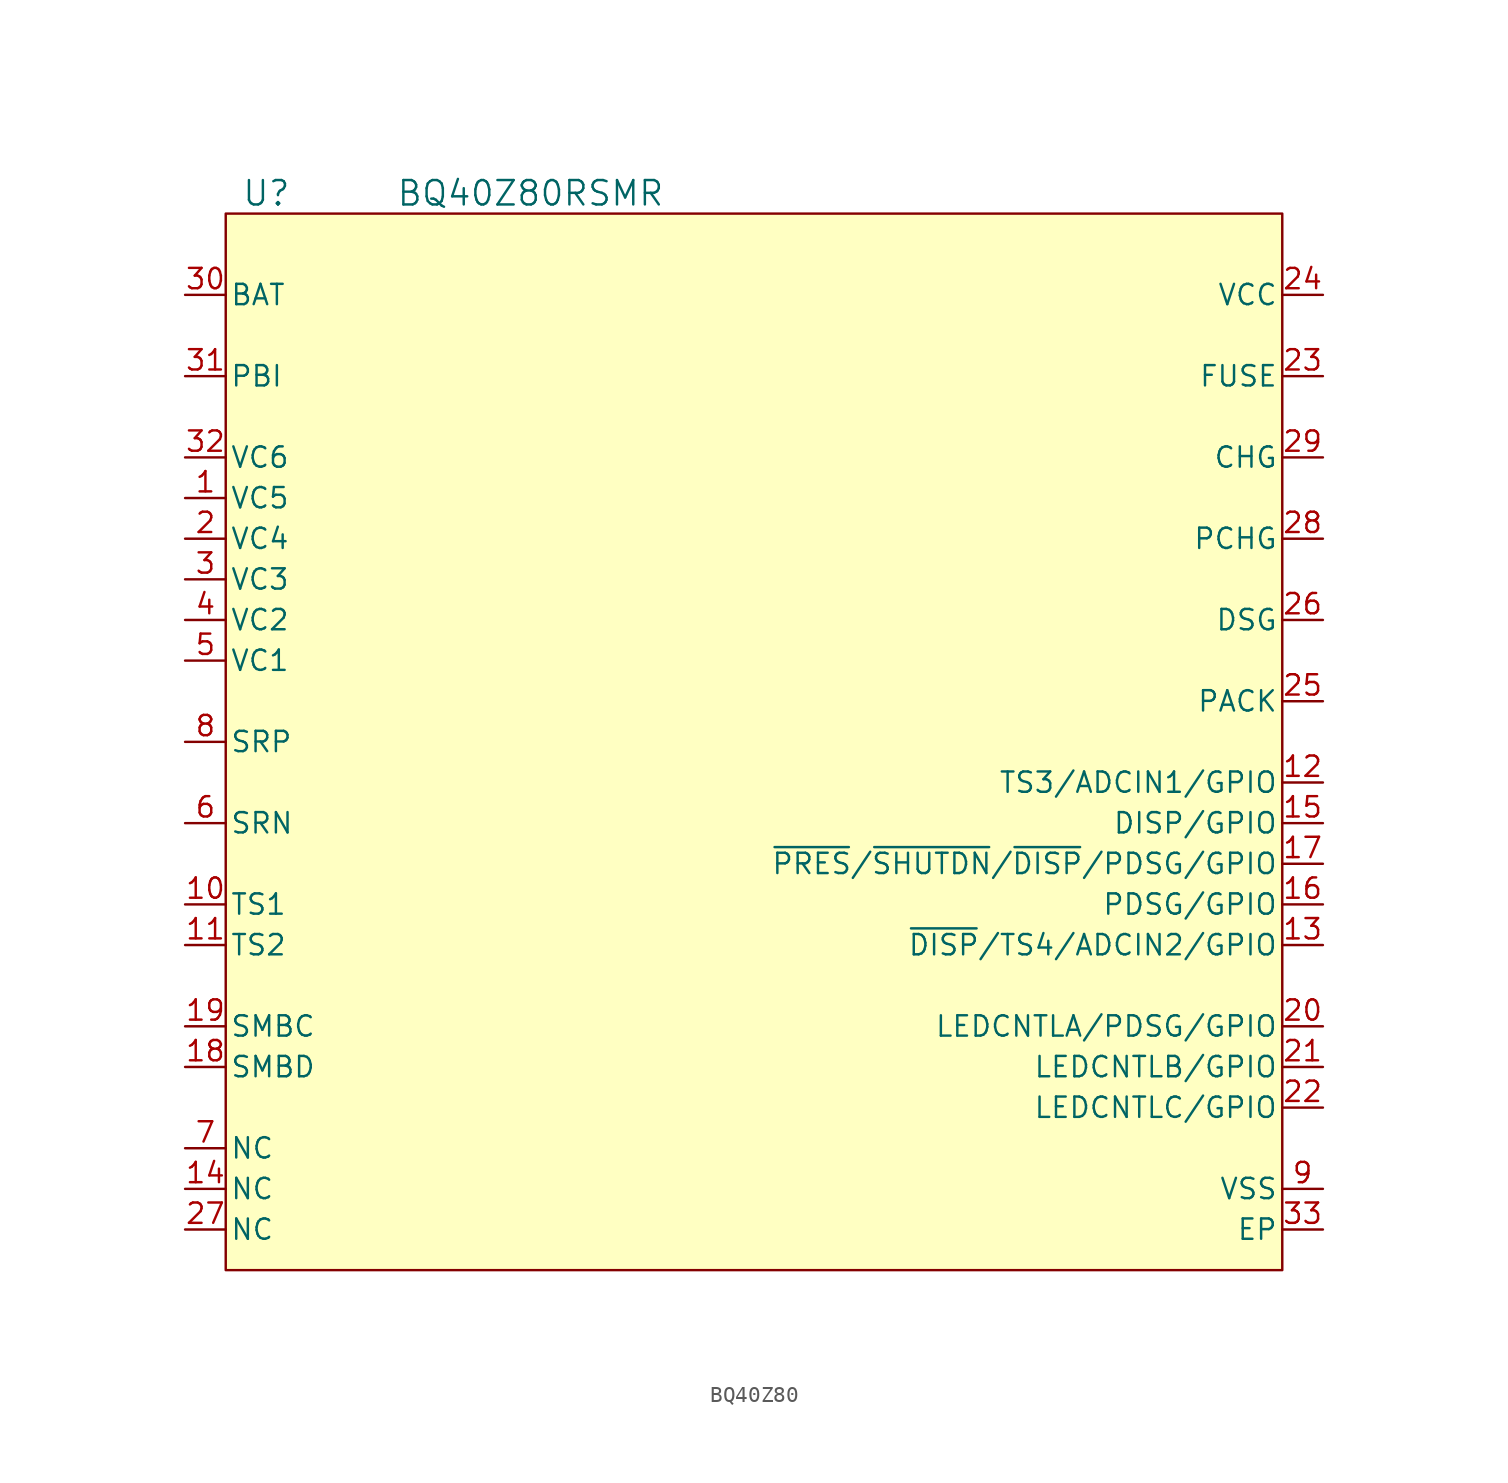
<source format=kicad_sym>
(kicad_symbol_lib
  (version 20220914)
  (generator kicad_symbol_editor)
  (symbol "BQ40Z80"
    (pin_names
      (offset 0.254))
    (property "Reference" "U"
      (at 7.62 6.35 0)
      (effects (font (size 1.524 1.524))))
    (property "Value" "BQ40Z80RSMR"
      (at 24.13 6.35 0)
      (effects (font (size 1.524 1.524))))
    (symbol "BQ40Z80_0_1"
      (pin unspecified line (at 2.54 -12.7 0) (length 2.54) (name "VC5" (effects (font (size 1.27 1.27)))) (number "1" (effects (font (size 1.27 1.27)))))
      (pin unspecified line (at 2.54 -38.1 0) (length 2.54) (name "TS1" (effects (font (size 1.27 1.27)))) (number "10" (effects (font (size 1.27 1.27)))))
      (pin unspecified line (at 2.54 -40.64 0) (length 2.54) (name "TS2" (effects (font (size 1.27 1.27)))) (number "11" (effects (font (size 1.27 1.27)))))
      (pin unspecified line (at 2.54 -55.88 0) (length 2.54) (name "NC" (effects (font (size 1.27 1.27)))) (number "14" (effects (font (size 1.27 1.27)))))
      (pin bidirectional line (at 2.54 -48.26 0) (length 2.54) (name "SMBD" (effects (font (size 1.27 1.27)))) (number "18" (effects (font (size 1.27 1.27)))))
      (pin bidirectional line (at 2.54 -45.72 0) (length 2.54) (name "SMBC" (effects (font (size 1.27 1.27)))) (number "19" (effects (font (size 1.27 1.27)))))
      (pin unspecified line (at 2.54 -15.24 0) (length 2.54) (name "VC4" (effects (font (size 1.27 1.27)))) (number "2" (effects (font (size 1.27 1.27)))))
      (pin unspecified line (at 73.66 -5.08 180) (length 2.54) (name "FUSE" (effects (font (size 1.27 1.27)))) (number "23" (effects (font (size 1.27 1.27)))))
      (pin unspecified line (at 73.66 -25.4 180) (length 2.54) (name "PACK" (effects (font (size 1.27 1.27)))) (number "25" (effects (font (size 1.27 1.27)))))
      (pin unspecified line (at 73.66 -20.32 180) (length 2.54) (name "DSG" (effects (font (size 1.27 1.27)))) (number "26" (effects (font (size 1.27 1.27)))))
      (pin unspecified line (at 2.54 -58.42 0) (length 2.54) (name "NC" (effects (font (size 1.27 1.27)))) (number "27" (effects (font (size 1.27 1.27)))))
      (pin unspecified line (at 73.66 -15.24 180) (length 2.54) (name "PCHG" (effects (font (size 1.27 1.27)))) (number "28" (effects (font (size 1.27 1.27)))))
      (pin unspecified line (at 73.66 -10.16 180) (length 2.54) (name "CHG" (effects (font (size 1.27 1.27)))) (number "29" (effects (font (size 1.27 1.27)))))
      (pin unspecified line (at 2.54 -17.78 0) (length 2.54) (name "VC3" (effects (font (size 1.27 1.27)))) (number "3" (effects (font (size 1.27 1.27)))))
      (pin power_in line (at 2.54 0 0) (length 2.54) (name "BAT" (effects (font (size 1.27 1.27)))) (number "30" (effects (font (size 1.27 1.27)))))
      (pin power_in line (at 2.54 -5.08 0) (length 2.54) (name "PBI" (effects (font (size 1.27 1.27)))) (number "31" (effects (font (size 1.27 1.27)))))
      (pin unspecified line (at 2.54 -10.16 0) (length 2.54) (name "VC6" (effects (font (size 1.27 1.27)))) (number "32" (effects (font (size 1.27 1.27)))))
      (pin unspecified line (at 73.66 -58.42 180) (length 2.54) (name "EP" (effects (font (size 1.27 1.27)))) (number "33" (effects (font (size 1.27 1.27)))))
      (pin unspecified line (at 2.54 -20.32 0) (length 2.54) (name "VC2" (effects (font (size 1.27 1.27)))) (number "4" (effects (font (size 1.27 1.27)))))
      (pin unspecified line (at 2.54 -22.86 0) (length 2.54) (name "VC1" (effects (font (size 1.27 1.27)))) (number "5" (effects (font (size 1.27 1.27)))))
      (pin unspecified line (at 2.54 -33.02 0) (length 2.54) (name "SRN" (effects (font (size 1.27 1.27)))) (number "6" (effects (font (size 1.27 1.27)))))
      (pin unspecified line (at 2.54 -53.34 0) (length 2.54) (name "NC" (effects (font (size 1.27 1.27)))) (number "7" (effects (font (size 1.27 1.27)))))
      (pin unspecified line (at 2.54 -27.94 0) (length 2.54) (name "SRP" (effects (font (size 1.27 1.27)))) (number "8" (effects (font (size 1.27 1.27)))))
      (pin power_in line (at 73.66 -55.88 180) (length 2.54) (name "VSS" (effects (font (size 1.27 1.27)))) (number "9" (effects (font (size 1.27 1.27))))))
    (symbol "BQ40Z80_1_1"
      (rectangle (start 5.08 5.08) (end 71.12 -60.96) (stroke (width 0) (type default)) (fill (type background)))
      (pin bidirectional line (at 73.66 -30.48 180) (length 2.54) (name "TS3/ADCIN1/GPIO" (effects (font (size 1.27 1.27)))) (number "12" (effects (font (size 1.27 1.27)))))
      (pin unspecified line (at 73.66 -40.64 180) (length 2.54) (name "~{DISP}/TS4/ADCIN2/GPIO" (effects (font (size 1.27 1.27)))) (number "13" (effects (font (size 1.27 1.27)))))
      (pin unspecified line (at 73.66 -33.02 180) (length 2.54) (name "DISP/GPIO" (effects (font (size 1.27 1.27)))) (number "15" (effects (font (size 1.27 1.27)))))
      (pin unspecified line (at 73.66 -38.1 180) (length 2.54) (name "PDSG/GPIO" (effects (font (size 1.27 1.27)))) (number "16" (effects (font (size 1.27 1.27)))))
      (pin unspecified line (at 73.66 -35.56 180) (length 2.54) (name "~{PRES}/~{SHUTDN}/~{DISP}/PDSG/GPIO" (effects (font (size 1.27 1.27)))) (number "17" (effects (font (size 1.27 1.27)))))
      (pin bidirectional line (at 73.66 -45.72 180) (length 2.54) (name "LEDCNTLA/PDSG/GPIO" (effects (font (size 1.27 1.27)))) (number "20" (effects (font (size 1.27 1.27)))))
      (pin bidirectional line (at 73.66 -48.26 180) (length 2.54) (name "LEDCNTLB/GPIO" (effects (font (size 1.27 1.27)))) (number "21" (effects (font (size 1.27 1.27)))))
      (pin bidirectional line (at 73.66 -50.8 180) (length 2.54) (name "LEDCNTLC/GPIO" (effects (font (size 1.27 1.27)))) (number "22" (effects (font (size 1.27 1.27)))))
      (pin power_in line (at 73.66 0 180) (length 2.54) (name "VCC" (effects (font (size 1.27 1.27)))) (number "24" (effects (font (size 1.27 1.27))))))))
</source>
